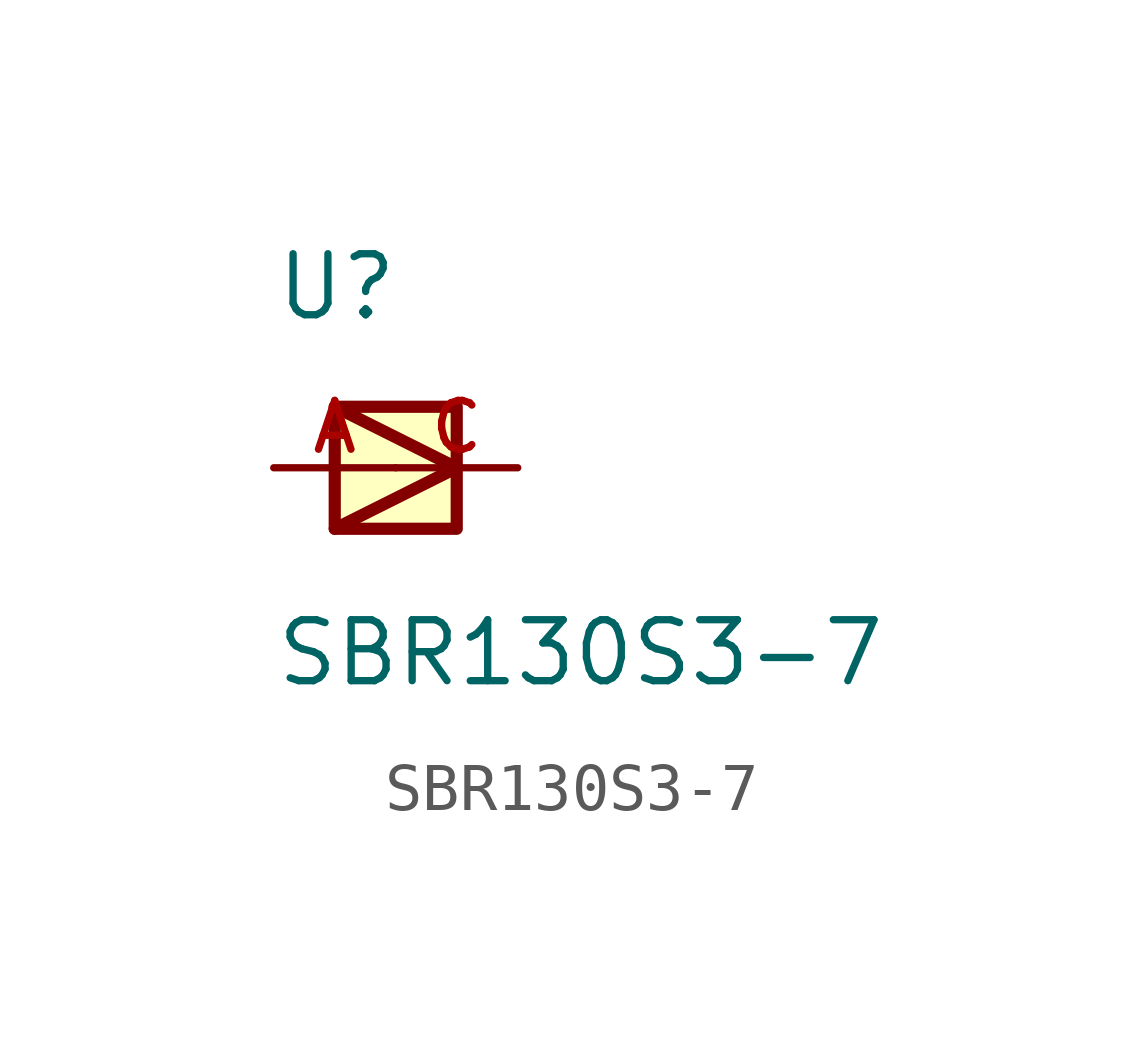
<source format=kicad_sym>
(kicad_symbol_lib
  (version 20211014)
  (generator kicad_symbol_editor)
  (symbol "SBR130S3-7"
    (pin_names
      (offset 1.016))
    (property "Reference" "U"
      (at -5.08 3.023 0)
      (effects (font (size 1.27 1.27)) (justify bottom left)))
    (property "Value" "SBR130S3-7"
      (at -5.08 -4.597 0)
      (effects (font (size 1.27 1.27)) (justify bottom left)))
    (symbol "SBR130S3-7_0_0"
      (polyline (pts (xy -3.81 -1.27) (xy -1.27 0.0)) (stroke (width 0.254)))
      (polyline (pts (xy -1.27 0.0) (xy -3.81 1.27)) (stroke (width 0.254)))
      (rectangle (start -3.81 -1.27) (end -1.27 1.27) (stroke (width 0.254)) (fill (type background)))
      (pin passive line (at -5.08 0.0 0) (length 2.54) (name "~" (effects (font (size 1.016 1.016)))) (number "A" (effects (font (size 1.016 1.016)))))
      (pin passive line (at 0.0 0.0 180.0) (length 2.54) (name "~" (effects (font (size 1.016 1.016)))) (number "C" (effects (font (size 1.016 1.016))))))))
</source>
